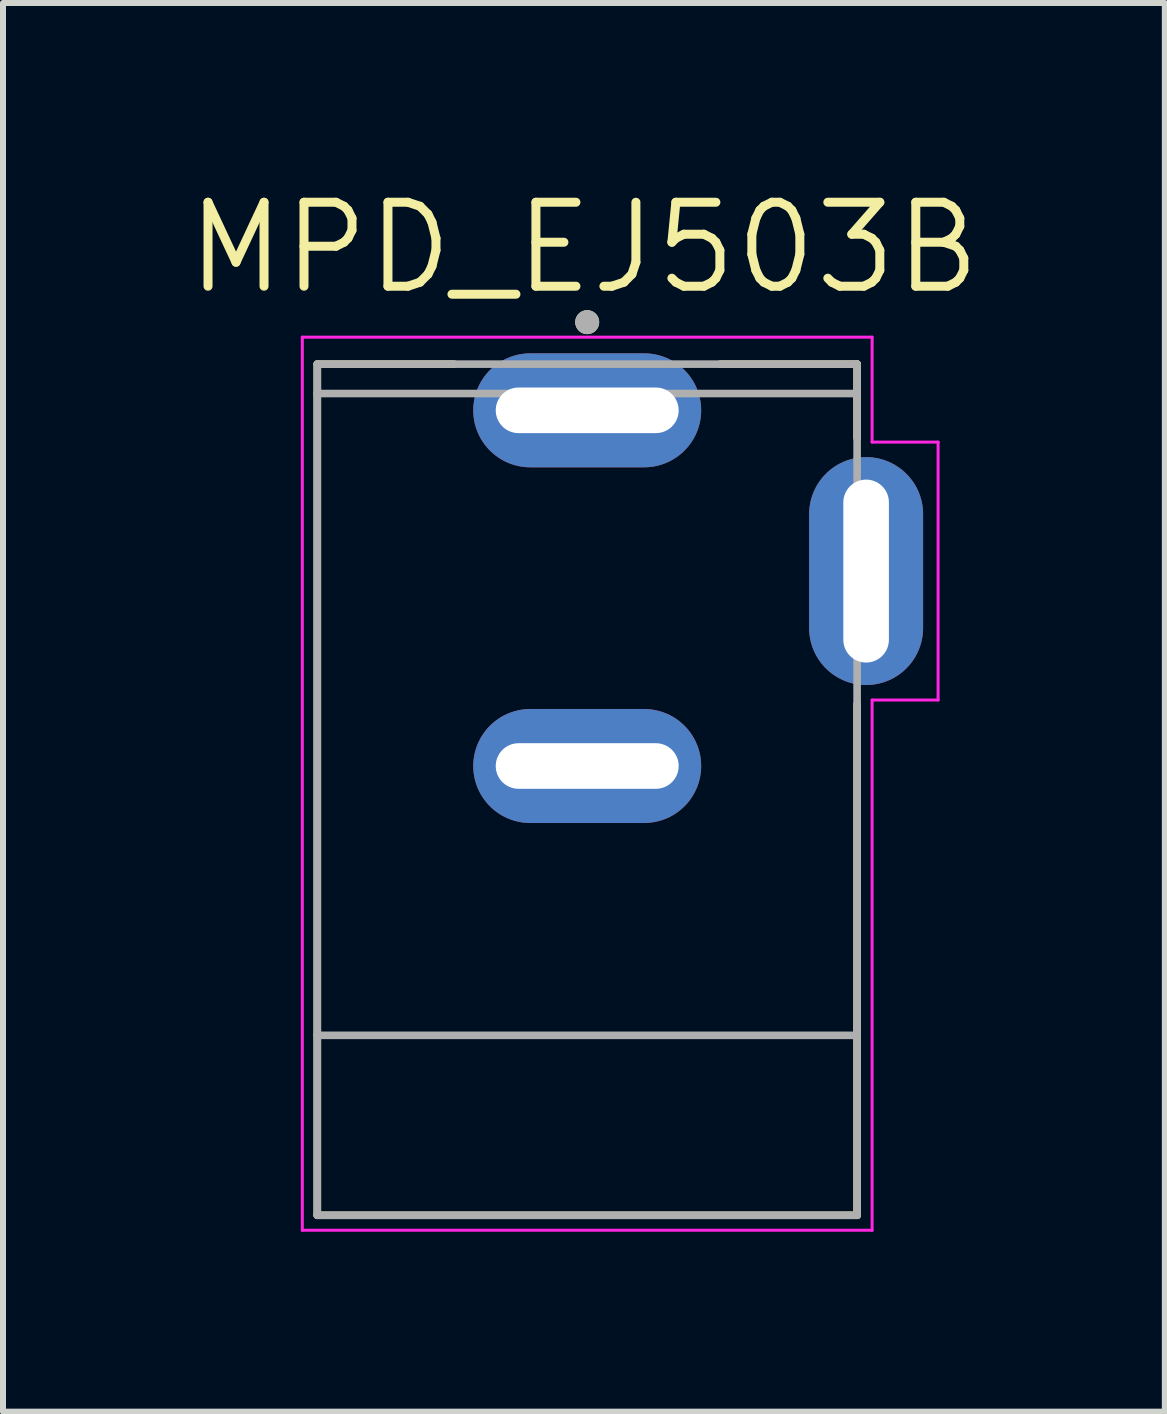
<source format=kicad_pcb>
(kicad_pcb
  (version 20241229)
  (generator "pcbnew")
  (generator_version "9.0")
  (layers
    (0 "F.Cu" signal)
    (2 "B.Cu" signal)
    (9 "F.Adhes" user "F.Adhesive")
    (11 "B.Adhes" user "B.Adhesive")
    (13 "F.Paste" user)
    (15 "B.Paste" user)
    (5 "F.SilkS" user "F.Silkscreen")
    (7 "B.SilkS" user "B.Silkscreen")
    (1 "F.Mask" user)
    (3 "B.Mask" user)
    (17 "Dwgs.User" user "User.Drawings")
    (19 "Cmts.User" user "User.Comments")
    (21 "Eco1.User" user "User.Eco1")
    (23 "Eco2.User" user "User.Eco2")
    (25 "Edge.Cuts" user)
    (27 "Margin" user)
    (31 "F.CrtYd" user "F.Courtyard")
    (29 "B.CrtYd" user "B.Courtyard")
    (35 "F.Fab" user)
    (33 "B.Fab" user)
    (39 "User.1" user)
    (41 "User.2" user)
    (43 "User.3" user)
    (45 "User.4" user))
  (footprint "MPD_EJ503B"
    (layer "F.Cu")
    (at 6.74 6.471)
    (property "Reference" "MPD_EJ503B" (at -0.055 -5.389 0) (layer "F.SilkS") (effects (font (size 1.4 1.4) (thickness 0.15))))
    (attr through_hole)
    (fp_line (start -4.5 -3.45) (end -4.5 10.74) (stroke (width 0.127) (type solid)) (layer "F.SilkS"))
    (fp_line (start -4.5 10.74) (end 4.5 10.74) (stroke (width 0.127) (type solid)) (layer "F.SilkS"))
    (fp_line (start -2.22 -3.45) (end -4.5 -3.45) (stroke (width 0.127) (type solid)) (layer "F.SilkS"))
    (fp_line (start 2.22 -3.45) (end 4.5 -3.45) (stroke (width 0.127) (type solid)) (layer "F.SilkS"))
    (fp_line (start 4.5 -3.45) (end 4.5 -2.22) (stroke (width 0.127) (type solid)) (layer "F.SilkS"))
    (fp_line (start 4.5 10.74) (end 4.5 2.22) (stroke (width 0.127) (type solid)) (layer "F.SilkS"))
    (fp_circle (center 0 -4.15) (end 0.1 -4.15) (stroke (width 0.2) (type solid)) (fill no) (layer "F.SilkS"))
    (fp_line (start -4.75 -3.9) (end -4.75 10.99) (stroke (width 0.05) (type solid)) (layer "F.CrtYd"))
    (fp_line (start -4.75 10.99) (end 4.75 10.99) (stroke (width 0.05) (type solid)) (layer "F.CrtYd"))
    (fp_line (start 4.75 -3.9) (end -4.75 -3.9) (stroke (width 0.05) (type solid)) (layer "F.CrtYd"))
    (fp_line (start 4.75 -3.9) (end 4.75 -2.15) (stroke (width 0.05) (type solid)) (layer "F.CrtYd"))
    (fp_line (start 4.75 -2.15) (end 5.85 -2.15) (stroke (width 0.05) (type solid)) (layer "F.CrtYd"))
    (fp_line (start 4.75 2.15) (end 4.75 10.99) (stroke (width 0.05) (type solid)) (layer "F.CrtYd"))
    (fp_line (start 5.85 -2.15) (end 5.85 2.15) (stroke (width 0.05) (type solid)) (layer "F.CrtYd"))
    (fp_line (start 5.85 2.15) (end 4.75 2.15) (stroke (width 0.05) (type solid)) (layer "F.CrtYd"))
    (fp_line (start -4.5 -3.45) (end -4.5 -2.96) (stroke (width 0.127) (type solid)) (layer "F.Fab"))
    (fp_line (start -4.5 -2.96) (end -4.5 7.74) (stroke (width 0.127) (type solid)) (layer "F.Fab"))
    (fp_line (start -4.5 -2.96) (end 4.5 -2.96) (stroke (width 0.127) (type solid)) (layer "F.Fab"))
    (fp_line (start -4.5 7.74) (end -4.5 10.74) (stroke (width 0.127) (type solid)) (layer "F.Fab"))
    (fp_line (start -4.5 7.74) (end 4.5 7.74) (stroke (width 0.127) (type solid)) (layer "F.Fab"))
    (fp_line (start -4.5 10.74) (end 4.5 10.74) (stroke (width 0.127) (type solid)) (layer "F.Fab"))
    (fp_line (start 4.5 -3.45) (end -4.5 -3.45) (stroke (width 0.127) (type solid)) (layer "F.Fab"))
    (fp_line (start 4.5 -2.96) (end 4.5 -3.45) (stroke (width 0.127) (type solid)) (layer "F.Fab"))
    (fp_line (start 4.5 7.74) (end 4.5 -2.96) (stroke (width 0.127) (type solid)) (layer "F.Fab"))
    (fp_line (start 4.5 10.74) (end 4.5 7.74) (stroke (width 0.127) (type solid)) (layer "F.Fab"))
    (fp_circle (center 0 -4.15) (end 0.1 -4.15) (stroke (width 0.2) (type solid)) (fill no) (layer "F.Fab"))
    (pad "1" thru_hole oval (at 0 -2.68) (size 3.8 1.9) (drill oval 3.05 0.76) (layers "*.Cu" "*.Mask"))
    (pad "2" thru_hole oval (at 0 3.25) (size 3.8 1.9) (drill oval 3.05 0.76) (layers "*.Cu" "*.Mask"))
    (pad "3" thru_hole oval (at 4.65 0) (size 1.9 3.8) (drill oval 0.76 3.05) (layers "*.Cu" "*.Mask")))
  (gr_rect
    (start -3 -3)
    (end 16.37 20.486)
    (stroke (width 0.1) (type default))
    (fill no)
    (layer "Edge.Cuts")))
</source>
